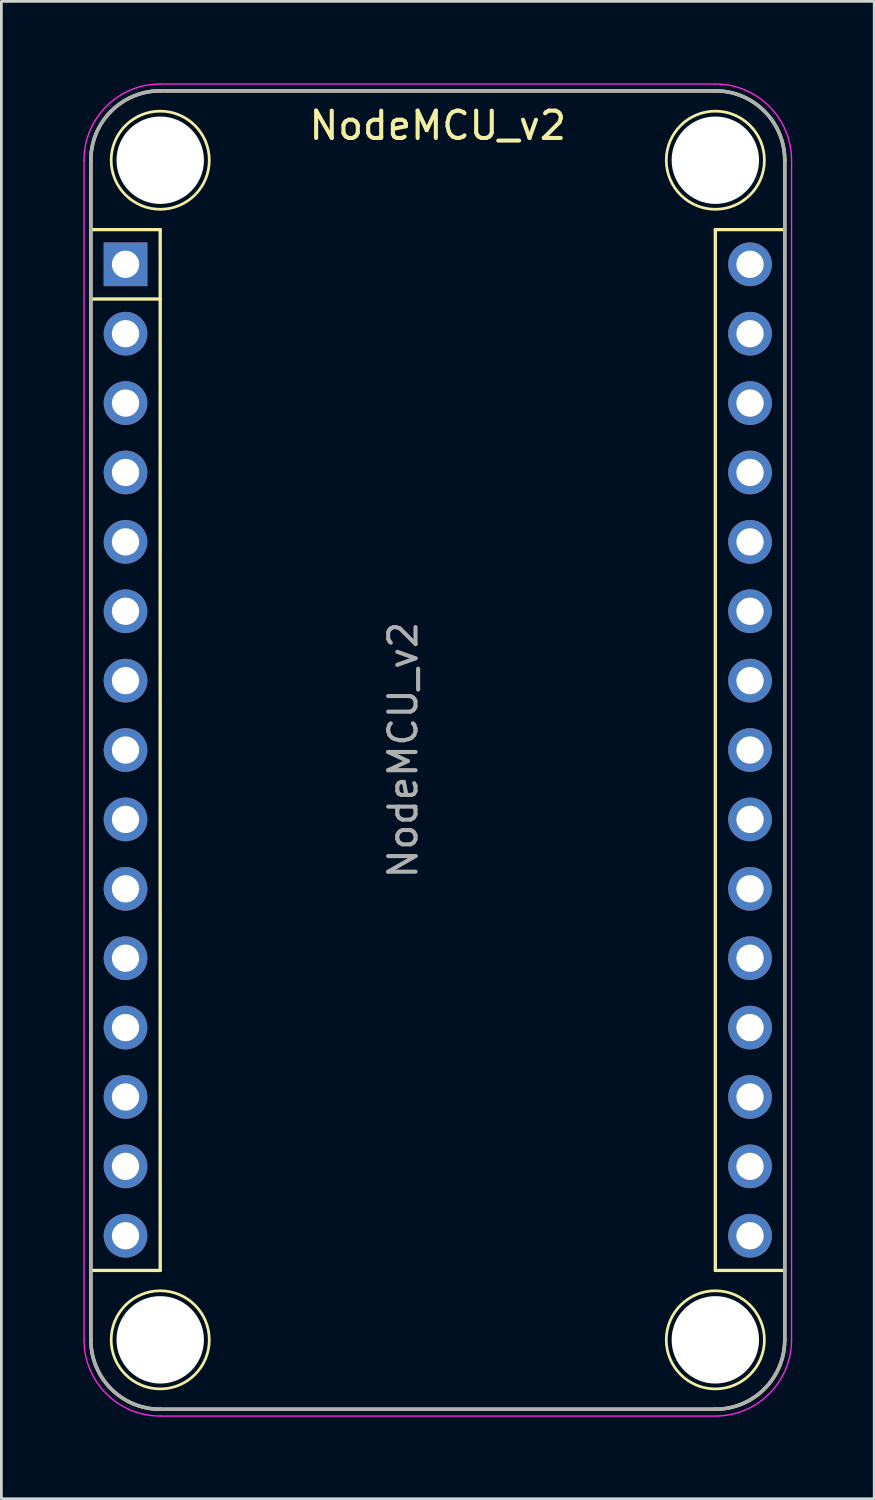
<source format=kicad_pcb>
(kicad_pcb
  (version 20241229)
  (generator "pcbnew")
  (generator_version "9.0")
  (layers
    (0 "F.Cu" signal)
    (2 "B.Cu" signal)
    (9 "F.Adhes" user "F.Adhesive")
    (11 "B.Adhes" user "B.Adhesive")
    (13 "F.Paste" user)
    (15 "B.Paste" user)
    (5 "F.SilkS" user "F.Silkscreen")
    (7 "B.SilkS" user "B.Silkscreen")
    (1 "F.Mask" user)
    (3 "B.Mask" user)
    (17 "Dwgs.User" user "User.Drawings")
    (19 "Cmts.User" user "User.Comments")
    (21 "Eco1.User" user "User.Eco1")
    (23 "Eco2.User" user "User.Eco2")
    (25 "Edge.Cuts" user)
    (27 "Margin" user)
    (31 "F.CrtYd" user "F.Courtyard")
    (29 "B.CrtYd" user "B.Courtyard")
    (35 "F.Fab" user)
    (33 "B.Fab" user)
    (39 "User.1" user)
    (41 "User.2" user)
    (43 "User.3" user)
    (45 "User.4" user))
  (footprint "NodeMCU_v2"
    (layer "F.Cu")
    (at 12.975 24.405)
    (property "Reference" "NodeMCU_v2" (at 0 -22.86 0) (layer "F.SilkS") (effects (font (size 1 1) (thickness 0.15))))
    (attr through_hole)
    (fp_line (start -12.7 21.59) (end -12.7 -21.59) (stroke (width 0.127) (type solid)) (layer "F.SilkS"))
    (fp_line (start -10.16 -24.13) (end 10.16 -24.13) (stroke (width 0.127) (type solid)) (layer "F.SilkS"))
    (fp_line (start -10.16 -19.05) (end -12.7 -19.05) (stroke (width 0.12) (type solid)) (layer "F.SilkS"))
    (fp_line (start -10.16 -16.51) (end -12.7 -16.51) (stroke (width 0.12) (type solid)) (layer "F.SilkS"))
    (fp_line (start -10.16 -16.51) (end -10.16 -19.05) (stroke (width 0.12) (type solid)) (layer "F.SilkS"))
    (fp_line (start -10.16 -16.51) (end -10.16 19.05) (stroke (width 0.12) (type solid)) (layer "F.SilkS"))
    (fp_line (start -10.16 19.05) (end -12.7 19.05) (stroke (width 0.12) (type solid)) (layer "F.SilkS"))
    (fp_line (start 10.16 -19.05) (end 10.16 19.05) (stroke (width 0.12) (type solid)) (layer "F.SilkS"))
    (fp_line (start 10.16 -19.05) (end 12.7 -19.05) (stroke (width 0.12) (type solid)) (layer "F.SilkS"))
    (fp_line (start 10.16 19.05) (end 12.7 19.05) (stroke (width 0.12) (type solid)) (layer "F.SilkS"))
    (fp_line (start 10.16 24.13) (end -10.16 24.13) (stroke (width 0.127) (type solid)) (layer "F.SilkS"))
    (fp_line (start 12.7 -21.59) (end 12.7 21.59) (stroke (width 0.127) (type solid)) (layer "F.SilkS"))
    (fp_arc (start -12.7 -21.59) (mid -11.956051 -23.386051) (end -10.16 -24.13) (stroke (width 0.127) (type solid)) (layer "F.SilkS"))
    (fp_arc (start -10.16 24.13) (mid -11.956051 23.386051) (end -12.7 21.59) (stroke (width 0.127) (type solid)) (layer "F.SilkS"))
    (fp_arc (start 10.16 -24.13) (mid 11.956051 -23.386051) (end 12.7 -21.59) (stroke (width 0.127) (type solid)) (layer "F.SilkS"))
    (fp_arc (start 12.7 21.59) (mid 11.956051 23.386051) (end 10.16 24.13) (stroke (width 0.127) (type solid)) (layer "F.SilkS"))
    (fp_circle (center -10.16 -21.59) (end -8.89 -22.86) (stroke (width 0.1) (type default)) (fill no) (layer "F.SilkS"))
    (fp_circle (center -10.16 21.59) (end -8.364 21.59) (stroke (width 0.1) (type default)) (fill no) (layer "F.SilkS"))
    (fp_circle (center 10.16 -21.59) (end 11.956 -21.59) (stroke (width 0.1) (type default)) (fill no) (layer "F.SilkS"))
    (fp_circle (center 10.16 21.59) (end 11.956 21.59) (stroke (width 0.1) (type default)) (fill no) (layer "F.SilkS"))
    (fp_line (start -12.95 21.59) (end -12.95 -21.59) (stroke (width 0.05) (type solid)) (layer "F.CrtYd"))
    (fp_line (start -10.16 -24.38) (end 10.16 -24.38) (stroke (width 0.05) (type solid)) (layer "F.CrtYd"))
    (fp_line (start 10.16 24.38) (end -10.16 24.38) (stroke (width 0.05) (type solid)) (layer "F.CrtYd"))
    (fp_line (start 12.95 -21.59) (end 12.95 21.59) (stroke (width 0.05) (type solid)) (layer "F.CrtYd"))
    (fp_arc (start -12.95 -21.59) (mid -12.132828 -23.562828) (end -10.16 -24.38) (stroke (width 0.05) (type solid)) (layer "F.CrtYd"))
    (fp_arc (start -10.16 24.38) (mid -12.132828 23.562828) (end -12.95 21.59) (stroke (width 0.05) (type solid)) (layer "F.CrtYd"))
    (fp_arc (start 10.16 -24.38) (mid 12.132828 -23.562828) (end 12.95 -21.59) (stroke (width 0.05) (type solid)) (layer "F.CrtYd"))
    (fp_arc (start 12.95 21.59) (mid 12.132828 23.562828) (end 10.16 24.38) (stroke (width 0.05) (type solid)) (layer "F.CrtYd"))
    (fp_line (start -12.7 21.59) (end -12.7 -21.59) (stroke (width 0.127) (type solid)) (layer "F.Fab"))
    (fp_line (start -10.16 -24.13) (end 10.16 -24.13) (stroke (width 0.127) (type solid)) (layer "F.Fab"))
    (fp_line (start 10.16 24.13) (end -10.16 24.13) (stroke (width 0.127) (type solid)) (layer "F.Fab"))
    (fp_line (start 12.7 -21.59) (end 12.7 21.59) (stroke (width 0.127) (type solid)) (layer "F.Fab"))
    (fp_arc (start -12.7 -21.59) (mid -11.956051 -23.386051) (end -10.16 -24.13) (stroke (width 0.127) (type solid)) (layer "F.Fab"))
    (fp_arc (start -10.16 24.13) (mid -11.956051 23.386051) (end -12.7 21.59) (stroke (width 0.127) (type solid)) (layer "F.Fab"))
    (fp_arc (start 10.16 -24.13) (mid 11.956051 -23.386051) (end 12.7 -21.59) (stroke (width 0.127) (type solid)) (layer "F.Fab"))
    (fp_arc (start 12.7 21.59) (mid 11.956051 23.386051) (end 10.16 24.13) (stroke (width 0.127) (type solid)) (layer "F.Fab"))
    (fp_text user "${REFERENCE}" (at -1.27 0 90) (layer "F.Fab") (effects (font (size 1 1) (thickness 0.15))))
    (pad "" np_thru_hole circle (at -10.16 -21.59) (size 3.2 3.2) (drill 3.2) (layers "*.Cu" "*.Mask"))
    (pad "" np_thru_hole circle (at -10.16 21.59) (size 3.2 3.2) (drill 3.2) (layers "*.Cu" "*.Mask"))
    (pad "" np_thru_hole circle (at 10.16 -21.59) (size 3.2 3.2) (drill 3.2) (layers "*.Cu" "*.Mask"))
    (pad "" np_thru_hole circle (at 10.16 21.59) (size 3.2 3.2) (drill 3.2) (layers "*.Cu" "*.Mask"))
    (pad "1" thru_hole rect (at -11.43 -17.78) (size 1.6 1.6) (drill 1) (layers "*.Cu" "*.Mask"))
    (pad "2" thru_hole oval (at -11.43 -15.24) (size 1.6 1.6) (drill 1) (layers "*.Cu" "*.Mask"))
    (pad "3" thru_hole oval (at -11.43 -12.7) (size 1.6 1.6) (drill 1) (layers "*.Cu" "*.Mask"))
    (pad "4" thru_hole oval (at -11.43 -10.16) (size 1.6 1.6) (drill 1) (layers "*.Cu" "*.Mask"))
    (pad "5" thru_hole oval (at -11.43 -7.62) (size 1.6 1.6) (drill 1) (layers "*.Cu" "*.Mask"))
    (pad "6" thru_hole oval (at -11.43 -5.08) (size 1.6 1.6) (drill 1) (layers "*.Cu" "*.Mask"))
    (pad "7" thru_hole oval (at -11.43 -2.54) (size 1.6 1.6) (drill 1) (layers "*.Cu" "*.Mask"))
    (pad "8" thru_hole oval (at -11.43 0) (size 1.6 1.6) (drill 1) (layers "*.Cu" "*.Mask"))
    (pad "9" thru_hole oval (at -11.43 2.54) (size 1.6 1.6) (drill 1) (layers "*.Cu" "*.Mask"))
    (pad "10" thru_hole oval (at -11.43 5.08) (size 1.6 1.6) (drill 1) (layers "*.Cu" "*.Mask"))
    (pad "11" thru_hole oval (at -11.43 7.62) (size 1.6 1.6) (drill 1) (layers "*.Cu" "*.Mask"))
    (pad "12" thru_hole oval (at -11.43 10.16) (size 1.6 1.6) (drill 1) (layers "*.Cu" "*.Mask"))
    (pad "13" thru_hole oval (at -11.43 12.7) (size 1.6 1.6) (drill 1) (layers "*.Cu" "*.Mask"))
    (pad "14" thru_hole oval (at -11.43 15.24) (size 1.6 1.6) (drill 1) (layers "*.Cu" "*.Mask"))
    (pad "15" thru_hole oval (at -11.43 17.78) (size 1.6 1.6) (drill 1) (layers "*.Cu" "*.Mask"))
    (pad "16" thru_hole oval (at 11.43 17.78) (size 1.6 1.6) (drill 1) (layers "*.Cu" "*.Mask"))
    (pad "17" thru_hole oval (at 11.43 15.24) (size 1.6 1.6) (drill 1) (layers "*.Cu" "*.Mask"))
    (pad "18" thru_hole oval (at 11.43 12.7) (size 1.6 1.6) (drill 1) (layers "*.Cu" "*.Mask"))
    (pad "19" thru_hole oval (at 11.43 10.16) (size 1.6 1.6) (drill 1) (layers "*.Cu" "*.Mask"))
    (pad "20" thru_hole oval (at 11.43 7.62) (size 1.6 1.6) (drill 1) (layers "*.Cu" "*.Mask"))
    (pad "21" thru_hole oval (at 11.43 5.08) (size 1.6 1.6) (drill 1) (layers "*.Cu" "*.Mask"))
    (pad "22" thru_hole oval (at 11.43 2.54) (size 1.6 1.6) (drill 1) (layers "*.Cu" "*.Mask"))
    (pad "23" thru_hole oval (at 11.43 0) (size 1.6 1.6) (drill 1) (layers "*.Cu" "*.Mask"))
    (pad "24" thru_hole oval (at 11.43 -2.54) (size 1.6 1.6) (drill 1) (layers "*.Cu" "*.Mask"))
    (pad "25" thru_hole oval (at 11.43 -5.08) (size 1.6 1.6) (drill 1) (layers "*.Cu" "*.Mask"))
    (pad "26" thru_hole oval (at 11.43 -7.62) (size 1.6 1.6) (drill 1) (layers "*.Cu" "*.Mask"))
    (pad "27" thru_hole oval (at 11.43 -10.16) (size 1.6 1.6) (drill 1) (layers "*.Cu" "*.Mask"))
    (pad "28" thru_hole oval (at 11.43 -12.7) (size 1.6 1.6) (drill 1) (layers "*.Cu" "*.Mask"))
    (pad "29" thru_hole oval (at 11.43 -15.24) (size 1.6 1.6) (drill 1) (layers "*.Cu" "*.Mask"))
    (pad "30" thru_hole oval (at 11.43 -17.78) (size 1.6 1.6) (drill 1) (layers "*.Cu" "*.Mask")))
  (gr_rect
    (start -3 -3)
    (end 28.95 51.81)
    (stroke (width 0.1) (type default))
    (fill no)
    (layer "Edge.Cuts")))
</source>
